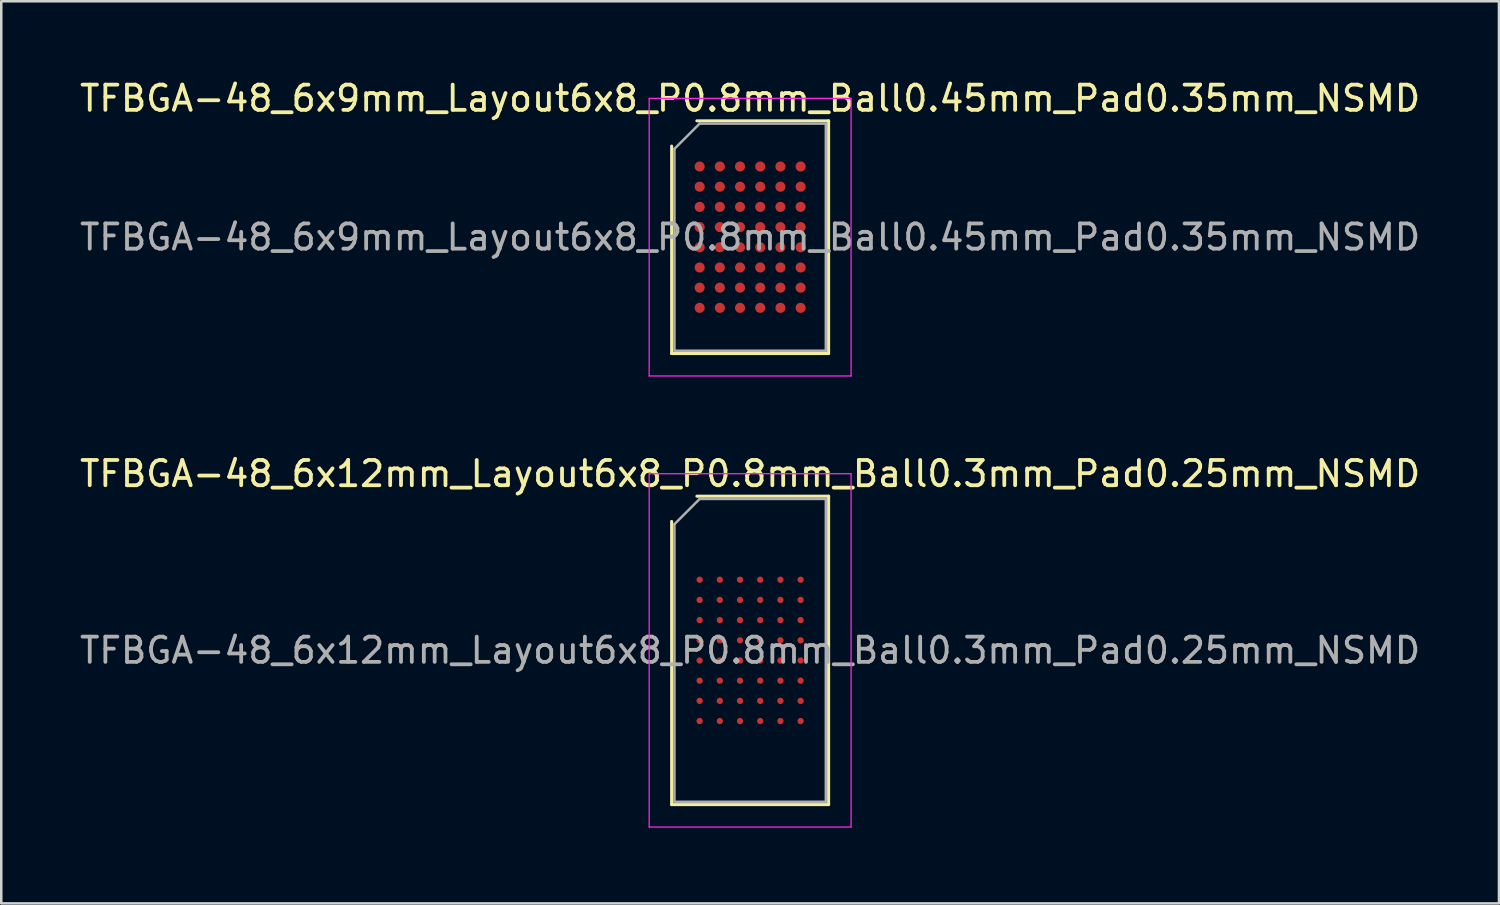
<source format=kicad_pcb>
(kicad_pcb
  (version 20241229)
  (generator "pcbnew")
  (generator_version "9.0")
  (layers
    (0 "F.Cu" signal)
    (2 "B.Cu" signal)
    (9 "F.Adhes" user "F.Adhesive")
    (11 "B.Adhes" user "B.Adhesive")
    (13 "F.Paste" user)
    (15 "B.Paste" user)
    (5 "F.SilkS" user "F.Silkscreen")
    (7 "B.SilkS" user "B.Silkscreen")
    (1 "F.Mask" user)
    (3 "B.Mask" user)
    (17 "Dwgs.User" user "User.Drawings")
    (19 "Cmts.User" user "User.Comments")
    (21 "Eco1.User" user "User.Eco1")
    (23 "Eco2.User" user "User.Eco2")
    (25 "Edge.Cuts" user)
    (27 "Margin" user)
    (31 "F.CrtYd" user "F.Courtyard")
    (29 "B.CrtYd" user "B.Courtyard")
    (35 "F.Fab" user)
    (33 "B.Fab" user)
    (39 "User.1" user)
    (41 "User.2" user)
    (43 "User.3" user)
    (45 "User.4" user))
  (footprint "TFBGA-48_6x9mm_Layout6x8_P0.8mm_Ball0.45mm_Pad0.35mm_NSMD"
    (layer "F.Cu")
    (at 26.673 6.348)
    (property "Reference" "TFBGA-48_6x9mm_Layout6x8_P0.8mm_Ball0.45mm_Pad0.35mm_NSMD" (at 0 -5.5 0) (layer "F.SilkS") (effects (font (size 1 1) (thickness 0.15))))
    (attr smd)
    (fp_line (start -3.11 4.61) (end -3.11 -3.61) (stroke (width 0.12) (type solid)) (layer "F.SilkS"))
    (fp_line (start -2.11 -4.61) (end 3.11 -4.61) (stroke (width 0.12) (type solid)) (layer "F.SilkS"))
    (fp_line (start 3.11 -4.61) (end 3.11 4.61) (stroke (width 0.12) (type solid)) (layer "F.SilkS"))
    (fp_line (start 3.11 4.61) (end -3.11 4.61) (stroke (width 0.12) (type solid)) (layer "F.SilkS"))
    (fp_line (start -4 -5.5) (end -4 5.5) (stroke (width 0.05) (type solid)) (layer "F.CrtYd"))
    (fp_line (start -4 5.5) (end 4 5.5) (stroke (width 0.05) (type solid)) (layer "F.CrtYd"))
    (fp_line (start 4 -5.5) (end -4 -5.5) (stroke (width 0.05) (type solid)) (layer "F.CrtYd"))
    (fp_line (start 4 5.5) (end 4 -5.5) (stroke (width 0.05) (type solid)) (layer "F.CrtYd"))
    (fp_line (start -3 -3.5) (end -2 -4.5) (stroke (width 0.1) (type solid)) (layer "F.Fab"))
    (fp_line (start -3 4.5) (end -3 -3.5) (stroke (width 0.1) (type solid)) (layer "F.Fab"))
    (fp_line (start -2 -4.5) (end 3 -4.5) (stroke (width 0.1) (type solid)) (layer "F.Fab"))
    (fp_line (start 3 -4.5) (end 3 4.5) (stroke (width 0.1) (type solid)) (layer "F.Fab"))
    (fp_line (start 3 4.5) (end -3 4.5) (stroke (width 0.1) (type solid)) (layer "F.Fab"))
    (fp_text user "${REFERENCE}" (at 0 0 0) (layer "F.Fab") (effects (font (size 1 1) (thickness 0.15))))
    (pad "A1" smd circle (at -2 -2.8) (size 0.4 0.4) (layers "F.Cu" "F.Mask" "F.Paste"))
    (pad "A2" smd circle (at -1.2 -2.8) (size 0.4 0.4) (layers "F.Cu" "F.Mask" "F.Paste"))
    (pad "A3" smd circle (at -0.4 -2.8) (size 0.4 0.4) (layers "F.Cu" "F.Mask" "F.Paste"))
    (pad "A4" smd circle (at 0.4 -2.8) (size 0.4 0.4) (layers "F.Cu" "F.Mask" "F.Paste"))
    (pad "A5" smd circle (at 1.2 -2.8) (size 0.4 0.4) (layers "F.Cu" "F.Mask" "F.Paste"))
    (pad "A6" smd circle (at 2 -2.8) (size 0.4 0.4) (layers "F.Cu" "F.Mask" "F.Paste"))
    (pad "B1" smd circle (at -2 -2) (size 0.4 0.4) (layers "F.Cu" "F.Mask" "F.Paste"))
    (pad "B2" smd circle (at -1.2 -2) (size 0.4 0.4) (layers "F.Cu" "F.Mask" "F.Paste"))
    (pad "B3" smd circle (at -0.4 -2) (size 0.4 0.4) (layers "F.Cu" "F.Mask" "F.Paste"))
    (pad "B4" smd circle (at 0.4 -2) (size 0.4 0.4) (layers "F.Cu" "F.Mask" "F.Paste"))
    (pad "B5" smd circle (at 1.2 -2) (size 0.4 0.4) (layers "F.Cu" "F.Mask" "F.Paste"))
    (pad "B6" smd circle (at 2 -2) (size 0.4 0.4) (layers "F.Cu" "F.Mask" "F.Paste"))
    (pad "C1" smd circle (at -2 -1.2) (size 0.4 0.4) (layers "F.Cu" "F.Mask" "F.Paste"))
    (pad "C2" smd circle (at -1.2 -1.2) (size 0.4 0.4) (layers "F.Cu" "F.Mask" "F.Paste"))
    (pad "C3" smd circle (at -0.4 -1.2) (size 0.4 0.4) (layers "F.Cu" "F.Mask" "F.Paste"))
    (pad "C4" smd circle (at 0.4 -1.2) (size 0.4 0.4) (layers "F.Cu" "F.Mask" "F.Paste"))
    (pad "C5" smd circle (at 1.2 -1.2) (size 0.4 0.4) (layers "F.Cu" "F.Mask" "F.Paste"))
    (pad "C6" smd circle (at 2 -1.2) (size 0.4 0.4) (layers "F.Cu" "F.Mask" "F.Paste"))
    (pad "D1" smd circle (at -2 -0.4) (size 0.4 0.4) (layers "F.Cu" "F.Mask" "F.Paste"))
    (pad "D2" smd circle (at -1.2 -0.4) (size 0.4 0.4) (layers "F.Cu" "F.Mask" "F.Paste"))
    (pad "D3" smd circle (at -0.4 -0.4) (size 0.4 0.4) (layers "F.Cu" "F.Mask" "F.Paste"))
    (pad "D4" smd circle (at 0.4 -0.4) (size 0.4 0.4) (layers "F.Cu" "F.Mask" "F.Paste"))
    (pad "D5" smd circle (at 1.2 -0.4) (size 0.4 0.4) (layers "F.Cu" "F.Mask" "F.Paste"))
    (pad "D6" smd circle (at 2 -0.4) (size 0.4 0.4) (layers "F.Cu" "F.Mask" "F.Paste"))
    (pad "E1" smd circle (at -2 0.4) (size 0.4 0.4) (layers "F.Cu" "F.Mask" "F.Paste"))
    (pad "E2" smd circle (at -1.2 0.4) (size 0.4 0.4) (layers "F.Cu" "F.Mask" "F.Paste"))
    (pad "E3" smd circle (at -0.4 0.4) (size 0.4 0.4) (layers "F.Cu" "F.Mask" "F.Paste"))
    (pad "E4" smd circle (at 0.4 0.4) (size 0.4 0.4) (layers "F.Cu" "F.Mask" "F.Paste"))
    (pad "E5" smd circle (at 1.2 0.4) (size 0.4 0.4) (layers "F.Cu" "F.Mask" "F.Paste"))
    (pad "E6" smd circle (at 2 0.4) (size 0.4 0.4) (layers "F.Cu" "F.Mask" "F.Paste"))
    (pad "F1" smd circle (at -2 1.2) (size 0.4 0.4) (layers "F.Cu" "F.Mask" "F.Paste"))
    (pad "F2" smd circle (at -1.2 1.2) (size 0.4 0.4) (layers "F.Cu" "F.Mask" "F.Paste"))
    (pad "F3" smd circle (at -0.4 1.2) (size 0.4 0.4) (layers "F.Cu" "F.Mask" "F.Paste"))
    (pad "F4" smd circle (at 0.4 1.2) (size 0.4 0.4) (layers "F.Cu" "F.Mask" "F.Paste"))
    (pad "F5" smd circle (at 1.2 1.2) (size 0.4 0.4) (layers "F.Cu" "F.Mask" "F.Paste"))
    (pad "F6" smd circle (at 2 1.2) (size 0.4 0.4) (layers "F.Cu" "F.Mask" "F.Paste"))
    (pad "G1" smd circle (at -2 2) (size 0.4 0.4) (layers "F.Cu" "F.Mask" "F.Paste"))
    (pad "G2" smd circle (at -1.2 2) (size 0.4 0.4) (layers "F.Cu" "F.Mask" "F.Paste"))
    (pad "G3" smd circle (at -0.4 2) (size 0.4 0.4) (layers "F.Cu" "F.Mask" "F.Paste"))
    (pad "G4" smd circle (at 0.4 2) (size 0.4 0.4) (layers "F.Cu" "F.Mask" "F.Paste"))
    (pad "G5" smd circle (at 1.2 2) (size 0.4 0.4) (layers "F.Cu" "F.Mask" "F.Paste"))
    (pad "G6" smd circle (at 2 2) (size 0.4 0.4) (layers "F.Cu" "F.Mask" "F.Paste"))
    (pad "H1" smd circle (at -2 2.8) (size 0.4 0.4) (layers "F.Cu" "F.Mask" "F.Paste"))
    (pad "H2" smd circle (at -1.2 2.8) (size 0.4 0.4) (layers "F.Cu" "F.Mask" "F.Paste"))
    (pad "H3" smd circle (at -0.4 2.8) (size 0.4 0.4) (layers "F.Cu" "F.Mask" "F.Paste"))
    (pad "H4" smd circle (at 0.4 2.8) (size 0.4 0.4) (layers "F.Cu" "F.Mask" "F.Paste"))
    (pad "H5" smd circle (at 1.2 2.8) (size 0.4 0.4) (layers "F.Cu" "F.Mask" "F.Paste"))
    (pad "H6" smd circle (at 2 2.8) (size 0.4 0.4) (layers "F.Cu" "F.Mask" "F.Paste")))
  (footprint "TFBGA-48_6x12mm_Layout6x8_P0.8mm_Ball0.3mm_Pad0.25mm_NSMD"
    (layer "F.Cu")
    (at 26.673 22.721)
    (property "Reference" "TFBGA-48_6x12mm_Layout6x8_P0.8mm_Ball0.3mm_Pad0.25mm_NSMD" (at 0 -7 0) (layer "F.SilkS") (effects (font (size 1 1) (thickness 0.15))))
    (attr smd)
    (fp_line (start -3.11 6.11) (end -3.11 -5.11) (stroke (width 0.12) (type solid)) (layer "F.SilkS"))
    (fp_line (start -2.11 -6.11) (end 3.11 -6.11) (stroke (width 0.12) (type solid)) (layer "F.SilkS"))
    (fp_line (start 3.11 -6.11) (end 3.11 6.11) (stroke (width 0.12) (type solid)) (layer "F.SilkS"))
    (fp_line (start 3.11 6.11) (end -3.11 6.11) (stroke (width 0.12) (type solid)) (layer "F.SilkS"))
    (fp_line (start -4 -7) (end -4 7) (stroke (width 0.05) (type solid)) (layer "F.CrtYd"))
    (fp_line (start -4 7) (end 4 7) (stroke (width 0.05) (type solid)) (layer "F.CrtYd"))
    (fp_line (start 4 -7) (end -4 -7) (stroke (width 0.05) (type solid)) (layer "F.CrtYd"))
    (fp_line (start 4 7) (end 4 -7) (stroke (width 0.05) (type solid)) (layer "F.CrtYd"))
    (fp_line (start -3 -5) (end -2 -6) (stroke (width 0.1) (type solid)) (layer "F.Fab"))
    (fp_line (start -3 6) (end -3 -5) (stroke (width 0.1) (type solid)) (layer "F.Fab"))
    (fp_line (start -2 -6) (end 3 -6) (stroke (width 0.1) (type solid)) (layer "F.Fab"))
    (fp_line (start 3 -6) (end 3 6) (stroke (width 0.1) (type solid)) (layer "F.Fab"))
    (fp_line (start 3 6) (end -3 6) (stroke (width 0.1) (type solid)) (layer "F.Fab"))
    (fp_text user "${REFERENCE}" (at 0 0 0) (layer "F.Fab") (effects (font (size 1 1) (thickness 0.15))))
    (pad "A1" smd circle (at -2 -2.8) (size 0.25 0.25) (layers "F.Cu" "F.Mask" "F.Paste"))
    (pad "A2" smd circle (at -1.2 -2.8) (size 0.25 0.25) (layers "F.Cu" "F.Mask" "F.Paste"))
    (pad "A3" smd circle (at -0.4 -2.8) (size 0.25 0.25) (layers "F.Cu" "F.Mask" "F.Paste"))
    (pad "A4" smd circle (at 0.4 -2.8) (size 0.25 0.25) (layers "F.Cu" "F.Mask" "F.Paste"))
    (pad "A5" smd circle (at 1.2 -2.8) (size 0.25 0.25) (layers "F.Cu" "F.Mask" "F.Paste"))
    (pad "A6" smd circle (at 2 -2.8) (size 0.25 0.25) (layers "F.Cu" "F.Mask" "F.Paste"))
    (pad "B1" smd circle (at -2 -2) (size 0.25 0.25) (layers "F.Cu" "F.Mask" "F.Paste"))
    (pad "B2" smd circle (at -1.2 -2) (size 0.25 0.25) (layers "F.Cu" "F.Mask" "F.Paste"))
    (pad "B3" smd circle (at -0.4 -2) (size 0.25 0.25) (layers "F.Cu" "F.Mask" "F.Paste"))
    (pad "B4" smd circle (at 0.4 -2) (size 0.25 0.25) (layers "F.Cu" "F.Mask" "F.Paste"))
    (pad "B5" smd circle (at 1.2 -2) (size 0.25 0.25) (layers "F.Cu" "F.Mask" "F.Paste"))
    (pad "B6" smd circle (at 2 -2) (size 0.25 0.25) (layers "F.Cu" "F.Mask" "F.Paste"))
    (pad "C1" smd circle (at -2 -1.2) (size 0.25 0.25) (layers "F.Cu" "F.Mask" "F.Paste"))
    (pad "C2" smd circle (at -1.2 -1.2) (size 0.25 0.25) (layers "F.Cu" "F.Mask" "F.Paste"))
    (pad "C3" smd circle (at -0.4 -1.2) (size 0.25 0.25) (layers "F.Cu" "F.Mask" "F.Paste"))
    (pad "C4" smd circle (at 0.4 -1.2) (size 0.25 0.25) (layers "F.Cu" "F.Mask" "F.Paste"))
    (pad "C5" smd circle (at 1.2 -1.2) (size 0.25 0.25) (layers "F.Cu" "F.Mask" "F.Paste"))
    (pad "C6" smd circle (at 2 -1.2) (size 0.25 0.25) (layers "F.Cu" "F.Mask" "F.Paste"))
    (pad "D1" smd circle (at -2 -0.4) (size 0.25 0.25) (layers "F.Cu" "F.Mask" "F.Paste"))
    (pad "D2" smd circle (at -1.2 -0.4) (size 0.25 0.25) (layers "F.Cu" "F.Mask" "F.Paste"))
    (pad "D3" smd circle (at -0.4 -0.4) (size 0.25 0.25) (layers "F.Cu" "F.Mask" "F.Paste"))
    (pad "D4" smd circle (at 0.4 -0.4) (size 0.25 0.25) (layers "F.Cu" "F.Mask" "F.Paste"))
    (pad "D5" smd circle (at 1.2 -0.4) (size 0.25 0.25) (layers "F.Cu" "F.Mask" "F.Paste"))
    (pad "D6" smd circle (at 2 -0.4) (size 0.25 0.25) (layers "F.Cu" "F.Mask" "F.Paste"))
    (pad "E1" smd circle (at -2 0.4) (size 0.25 0.25) (layers "F.Cu" "F.Mask" "F.Paste"))
    (pad "E2" smd circle (at -1.2 0.4) (size 0.25 0.25) (layers "F.Cu" "F.Mask" "F.Paste"))
    (pad "E3" smd circle (at -0.4 0.4) (size 0.25 0.25) (layers "F.Cu" "F.Mask" "F.Paste"))
    (pad "E4" smd circle (at 0.4 0.4) (size 0.25 0.25) (layers "F.Cu" "F.Mask" "F.Paste"))
    (pad "E5" smd circle (at 1.2 0.4) (size 0.25 0.25) (layers "F.Cu" "F.Mask" "F.Paste"))
    (pad "E6" smd circle (at 2 0.4) (size 0.25 0.25) (layers "F.Cu" "F.Mask" "F.Paste"))
    (pad "F1" smd circle (at -2 1.2) (size 0.25 0.25) (layers "F.Cu" "F.Mask" "F.Paste"))
    (pad "F2" smd circle (at -1.2 1.2) (size 0.25 0.25) (layers "F.Cu" "F.Mask" "F.Paste"))
    (pad "F3" smd circle (at -0.4 1.2) (size 0.25 0.25) (layers "F.Cu" "F.Mask" "F.Paste"))
    (pad "F4" smd circle (at 0.4 1.2) (size 0.25 0.25) (layers "F.Cu" "F.Mask" "F.Paste"))
    (pad "F5" smd circle (at 1.2 1.2) (size 0.25 0.25) (layers "F.Cu" "F.Mask" "F.Paste"))
    (pad "F6" smd circle (at 2 1.2) (size 0.25 0.25) (layers "F.Cu" "F.Mask" "F.Paste"))
    (pad "G1" smd circle (at -2 2) (size 0.25 0.25) (layers "F.Cu" "F.Mask" "F.Paste"))
    (pad "G2" smd circle (at -1.2 2) (size 0.25 0.25) (layers "F.Cu" "F.Mask" "F.Paste"))
    (pad "G3" smd circle (at -0.4 2) (size 0.25 0.25) (layers "F.Cu" "F.Mask" "F.Paste"))
    (pad "G4" smd circle (at 0.4 2) (size 0.25 0.25) (layers "F.Cu" "F.Mask" "F.Paste"))
    (pad "G5" smd circle (at 1.2 2) (size 0.25 0.25) (layers "F.Cu" "F.Mask" "F.Paste"))
    (pad "G6" smd circle (at 2 2) (size 0.25 0.25) (layers "F.Cu" "F.Mask" "F.Paste"))
    (pad "H1" smd circle (at -2 2.8) (size 0.25 0.25) (layers "F.Cu" "F.Mask" "F.Paste"))
    (pad "H2" smd circle (at -1.2 2.8) (size 0.25 0.25) (layers "F.Cu" "F.Mask" "F.Paste"))
    (pad "H3" smd circle (at -0.4 2.8) (size 0.25 0.25) (layers "F.Cu" "F.Mask" "F.Paste"))
    (pad "H4" smd circle (at 0.4 2.8) (size 0.25 0.25) (layers "F.Cu" "F.Mask" "F.Paste"))
    (pad "H5" smd circle (at 1.2 2.8) (size 0.25 0.25) (layers "F.Cu" "F.Mask" "F.Paste"))
    (pad "H6" smd circle (at 2 2.8) (size 0.25 0.25) (layers "F.Cu" "F.Mask" "F.Paste")))
  (gr_rect
    (start -3 -3)
    (end 56.345 32.746)
    (stroke (width 0.1) (type default))
    (fill no)
    (layer "Edge.Cuts")))
</source>
